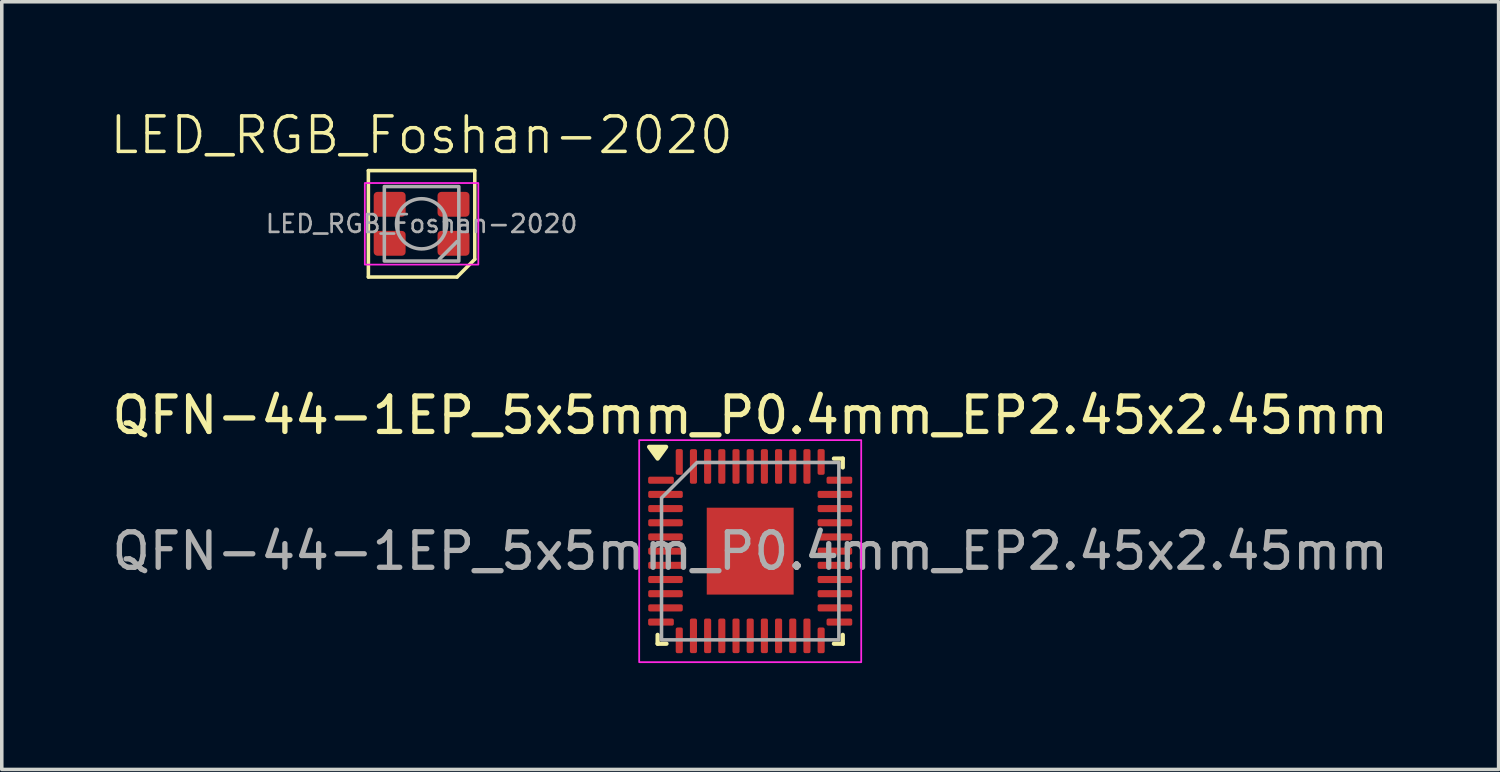
<source format=kicad_pcb>
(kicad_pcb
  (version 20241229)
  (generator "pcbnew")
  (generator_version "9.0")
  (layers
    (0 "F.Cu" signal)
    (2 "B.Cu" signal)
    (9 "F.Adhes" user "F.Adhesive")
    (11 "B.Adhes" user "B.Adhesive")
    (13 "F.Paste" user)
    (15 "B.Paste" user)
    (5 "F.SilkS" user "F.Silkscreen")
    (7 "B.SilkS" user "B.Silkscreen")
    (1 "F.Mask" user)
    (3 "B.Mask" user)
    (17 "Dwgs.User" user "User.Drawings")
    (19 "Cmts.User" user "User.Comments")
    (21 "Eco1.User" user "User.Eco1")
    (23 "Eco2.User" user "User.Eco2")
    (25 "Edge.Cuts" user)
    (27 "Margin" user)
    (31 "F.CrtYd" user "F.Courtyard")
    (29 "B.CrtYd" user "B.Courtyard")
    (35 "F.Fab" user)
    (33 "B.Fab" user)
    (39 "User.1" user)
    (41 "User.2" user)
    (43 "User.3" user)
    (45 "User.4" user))
  (footprint "LED_RGB_Foshan-2020"
    (layer "F.Cu")
    (at 8.836 3.26)
    (property "Reference" "LED_RGB_Foshan-2020" (at 0 -2.5 0) (unlocked yes) (layer "F.SilkS") (effects (font (size 1 1) (thickness 0.1))))
    (attr smd)
    (fp_line (start -1.5 -1.5) (end 1.5 -1.5) (stroke (width 0.1) (type default)) (layer "F.SilkS"))
    (fp_line (start -1.5 1.5) (end -1.5 -1.5) (stroke (width 0.1) (type default)) (layer "F.SilkS"))
    (fp_line (start 1 1.5) (end -1.5 1.5) (stroke (width 0.1) (type default)) (layer "F.SilkS"))
    (fp_line (start 1 1.5) (end 1.5 1) (stroke (width 0.1) (type default)) (layer "F.SilkS"))
    (fp_line (start 1.5 -1.5) (end 1.5 1) (stroke (width 0.1) (type default)) (layer "F.SilkS"))
    (fp_rect (start -1.6 -1.15) (end 1.6 1.15) (stroke (width 0.05) (type solid)) (fill no) (layer "F.CrtYd"))
    (fp_line (start 1 0.5) (end 0.5 1) (stroke (width 0.1) (type solid)) (layer "F.Fab"))
    (fp_rect (start -1.05 -1.05) (end 1.05 1.05) (stroke (width 0.1) (type solid)) (fill no) (layer "F.Fab"))
    (fp_circle (center 0 0) (end 0.5 0.5) (stroke (width 0.1) (type solid)) (fill no) (layer "F.Fab"))
    (fp_text user "${REFERENCE}" (at 0 0 0) (unlocked yes) (layer "F.Fab") (effects (font (size 0.5 0.5) (thickness 0.075))))
    (pad "1" smd roundrect (at 0.9 0.55) (size 0.9 0.7) (layers "F.Cu" "F.Mask" "F.Paste") (roundrect_rratio 0.15))
    (pad "2" smd roundrect (at -0.9 0.55) (size 0.9 0.7) (layers "F.Cu" "F.Mask" "F.Paste") (roundrect_rratio 0.15))
    (pad "3" smd roundrect (at -0.9 -0.55) (size 0.9 0.7) (layers "F.Cu" "F.Mask" "F.Paste") (roundrect_rratio 0.15))
    (pad "4" smd roundrect (at 0.9 -0.55) (size 0.9 0.7) (layers "F.Cu" "F.Mask" "F.Paste") (roundrect_rratio 0.15)))
  (footprint "QFN-44-1EP_5x5mm_P0.4mm_EP2.45x2.45mm"
    (layer "F.Cu")
    (at 18.101 12.489)
    (property "Reference" "QFN-44-1EP_5x5mm_P0.4mm_EP2.45x2.45mm" (at 0 -3.83 0) (layer "F.SilkS") (effects (font (size 1 1) (thickness 0.15))))
    (attr smd)
    (fp_line (start -2.61 2.61) (end -2.61 2.36) (stroke (width 0.12) (type solid)) (layer "F.SilkS"))
    (fp_line (start -2.36 2.61) (end -2.61 2.61) (stroke (width 0.12) (type solid)) (layer "F.SilkS"))
    (fp_line (start 2.36 -2.61) (end 2.61 -2.61) (stroke (width 0.12) (type solid)) (layer "F.SilkS"))
    (fp_line (start 2.36 2.61) (end 2.61 2.61) (stroke (width 0.12) (type solid)) (layer "F.SilkS"))
    (fp_line (start 2.61 -2.61) (end 2.61 -2.36) (stroke (width 0.12) (type solid)) (layer "F.SilkS"))
    (fp_line (start 2.61 2.61) (end 2.61 2.36) (stroke (width 0.12) (type solid)) (layer "F.SilkS"))
    (fp_poly (pts (xy -2.61 -2.61) (xy -2.85 -2.94) (xy -2.37 -2.94)) (stroke (width 0.12) (type solid)) (fill yes) (layer "F.SilkS"))
    (fp_rect (start -3.13 -3.13) (end 3.13 3.13) (stroke (width 0.05) (type solid)) (fill no) (layer "F.CrtYd"))
    (fp_poly (pts (xy -2.5 -1.5) (xy -2.5 2.5) (xy 2.5 2.5) (xy 2.5 -2.5) (xy -1.5 -2.5)) (stroke (width 0.1) (type solid)) (fill no) (layer "F.Fab"))
    (fp_text user "${REFERENCE}" (at 0 0 0) (layer "F.Fab") (effects (font (size 1 1) (thickness 0.15))))
    (pad "" smd roundrect (at -0.82 -0.82) (size 0.66 0.66) (layers "F.Paste") (roundrect_rratio 0.25))
    (pad "" smd roundrect (at -0.82 0) (size 0.66 0.66) (layers "F.Paste") (roundrect_rratio 0.25))
    (pad "" smd roundrect (at -0.82 0.82) (size 0.66 0.66) (layers "F.Paste") (roundrect_rratio 0.25))
    (pad "" smd roundrect (at 0 -0.82) (size 0.66 0.66) (layers "F.Paste") (roundrect_rratio 0.25))
    (pad "" smd roundrect (at 0 0) (size 0.66 0.66) (layers "F.Paste") (roundrect_rratio 0.25))
    (pad "" smd roundrect (at 0 0.82) (size 0.66 0.66) (layers "F.Paste") (roundrect_rratio 0.25))
    (pad "" smd roundrect (at 0.82 -0.82) (size 0.66 0.66) (layers "F.Paste") (roundrect_rratio 0.25))
    (pad "" smd roundrect (at 0.82 0) (size 0.66 0.66) (layers "F.Paste") (roundrect_rratio 0.25))
    (pad "" smd roundrect (at 0.82 0.82) (size 0.66 0.66) (layers "F.Paste") (roundrect_rratio 0.25))
    (pad "1" smd roundrect (at -2.515 -2) (size 0.725 0.2) (layers "F.Cu" "F.Mask" "F.Paste") (roundrect_rratio 0.25))
    (pad "2" smd roundrect (at -2.388 -1.6) (size 0.975 0.2) (layers "F.Cu" "F.Mask" "F.Paste") (roundrect_rratio 0.25))
    (pad "3" smd roundrect (at -2.388 -1.2) (size 0.975 0.2) (layers "F.Cu" "F.Mask" "F.Paste") (roundrect_rratio 0.25))
    (pad "4" smd roundrect (at -2.388 -0.8) (size 0.975 0.2) (layers "F.Cu" "F.Mask" "F.Paste") (roundrect_rratio 0.25))
    (pad "5" smd roundrect (at -2.388 -0.4) (size 0.975 0.2) (layers "F.Cu" "F.Mask" "F.Paste") (roundrect_rratio 0.25))
    (pad "6" smd roundrect (at -2.388 0) (size 0.975 0.2) (layers "F.Cu" "F.Mask" "F.Paste") (roundrect_rratio 0.25))
    (pad "7" smd roundrect (at -2.388 0.4) (size 0.975 0.2) (layers "F.Cu" "F.Mask" "F.Paste") (roundrect_rratio 0.25))
    (pad "8" smd roundrect (at -2.388 0.8) (size 0.975 0.2) (layers "F.Cu" "F.Mask" "F.Paste") (roundrect_rratio 0.25))
    (pad "9" smd roundrect (at -2.388 1.2) (size 0.975 0.2) (layers "F.Cu" "F.Mask" "F.Paste") (roundrect_rratio 0.25))
    (pad "10" smd roundrect (at -2.388 1.6) (size 0.975 0.2) (layers "F.Cu" "F.Mask" "F.Paste") (roundrect_rratio 0.25))
    (pad "11" smd roundrect (at -2.515 2) (size 0.725 0.2) (layers "F.Cu" "F.Mask" "F.Paste") (roundrect_rratio 0.25))
    (pad "12" smd roundrect (at -2 2.515) (size 0.2 0.725) (layers "F.Cu" "F.Mask" "F.Paste") (roundrect_rratio 0.25))
    (pad "13" smd roundrect (at -1.6 2.388) (size 0.2 0.975) (layers "F.Cu" "F.Mask" "F.Paste") (roundrect_rratio 0.25))
    (pad "14" smd roundrect (at -1.2 2.388) (size 0.2 0.975) (layers "F.Cu" "F.Mask" "F.Paste") (roundrect_rratio 0.25))
    (pad "15" smd roundrect (at -0.8 2.388) (size 0.2 0.975) (layers "F.Cu" "F.Mask" "F.Paste") (roundrect_rratio 0.25))
    (pad "16" smd roundrect (at -0.4 2.388) (size 0.2 0.975) (layers "F.Cu" "F.Mask" "F.Paste") (roundrect_rratio 0.25))
    (pad "17" smd roundrect (at 0 2.388) (size 0.2 0.975) (layers "F.Cu" "F.Mask" "F.Paste") (roundrect_rratio 0.25))
    (pad "18" smd roundrect (at 0.4 2.388) (size 0.2 0.975) (layers "F.Cu" "F.Mask" "F.Paste") (roundrect_rratio 0.25))
    (pad "19" smd roundrect (at 0.8 2.388) (size 0.2 0.975) (layers "F.Cu" "F.Mask" "F.Paste") (roundrect_rratio 0.25))
    (pad "20" smd roundrect (at 1.2 2.388) (size 0.2 0.975) (layers "F.Cu" "F.Mask" "F.Paste") (roundrect_rratio 0.25))
    (pad "21" smd roundrect (at 1.6 2.388) (size 0.2 0.975) (layers "F.Cu" "F.Mask" "F.Paste") (roundrect_rratio 0.25))
    (pad "22" smd roundrect (at 2 2.515) (size 0.2 0.725) (layers "F.Cu" "F.Mask" "F.Paste") (roundrect_rratio 0.25))
    (pad "23" smd roundrect (at 2.515 2) (size 0.725 0.2) (layers "F.Cu" "F.Mask" "F.Paste") (roundrect_rratio 0.25))
    (pad "24" smd roundrect (at 2.388 1.6) (size 0.975 0.2) (layers "F.Cu" "F.Mask" "F.Paste") (roundrect_rratio 0.25))
    (pad "25" smd roundrect (at 2.388 1.2) (size 0.975 0.2) (layers "F.Cu" "F.Mask" "F.Paste") (roundrect_rratio 0.25))
    (pad "26" smd roundrect (at 2.388 0.8) (size 0.975 0.2) (layers "F.Cu" "F.Mask" "F.Paste") (roundrect_rratio 0.25))
    (pad "27" smd roundrect (at 2.388 0.4) (size 0.975 0.2) (layers "F.Cu" "F.Mask" "F.Paste") (roundrect_rratio 0.25))
    (pad "28" smd roundrect (at 2.388 0) (size 0.975 0.2) (layers "F.Cu" "F.Mask" "F.Paste") (roundrect_rratio 0.25))
    (pad "29" smd roundrect (at 2.388 -0.4) (size 0.975 0.2) (layers "F.Cu" "F.Mask" "F.Paste") (roundrect_rratio 0.25))
    (pad "30" smd roundrect (at 2.388 -0.8) (size 0.975 0.2) (layers "F.Cu" "F.Mask" "F.Paste") (roundrect_rratio 0.25))
    (pad "31" smd roundrect (at 2.388 -1.2) (size 0.975 0.2) (layers "F.Cu" "F.Mask" "F.Paste") (roundrect_rratio 0.25))
    (pad "32" smd roundrect (at 2.388 -1.6) (size 0.975 0.2) (layers "F.Cu" "F.Mask" "F.Paste") (roundrect_rratio 0.25))
    (pad "33" smd roundrect (at 2.515 -2) (size 0.725 0.2) (layers "F.Cu" "F.Mask" "F.Paste") (roundrect_rratio 0.25))
    (pad "34" smd roundrect (at 2 -2.515) (size 0.2 0.725) (layers "F.Cu" "F.Mask" "F.Paste") (roundrect_rratio 0.25))
    (pad "35" smd roundrect (at 1.6 -2.388) (size 0.2 0.975) (layers "F.Cu" "F.Mask" "F.Paste") (roundrect_rratio 0.25))
    (pad "36" smd roundrect (at 1.2 -2.388) (size 0.2 0.975) (layers "F.Cu" "F.Mask" "F.Paste") (roundrect_rratio 0.25))
    (pad "37" smd roundrect (at 0.8 -2.388) (size 0.2 0.975) (layers "F.Cu" "F.Mask" "F.Paste") (roundrect_rratio 0.25))
    (pad "38" smd roundrect (at 0.4 -2.388) (size 0.2 0.975) (layers "F.Cu" "F.Mask" "F.Paste") (roundrect_rratio 0.25))
    (pad "39" smd roundrect (at 0 -2.388) (size 0.2 0.975) (layers "F.Cu" "F.Mask" "F.Paste") (roundrect_rratio 0.25))
    (pad "40" smd roundrect (at -0.4 -2.388) (size 0.2 0.975) (layers "F.Cu" "F.Mask" "F.Paste") (roundrect_rratio 0.25))
    (pad "41" smd roundrect (at -0.8 -2.388) (size 0.2 0.975) (layers "F.Cu" "F.Mask" "F.Paste") (roundrect_rratio 0.25))
    (pad "42" smd roundrect (at -1.2 -2.388) (size 0.2 0.975) (layers "F.Cu" "F.Mask" "F.Paste") (roundrect_rratio 0.25))
    (pad "43" smd roundrect (at -1.6 -2.388) (size 0.2 0.975) (layers "F.Cu" "F.Mask" "F.Paste") (roundrect_rratio 0.25))
    (pad "44" smd roundrect (at -2 -2.515) (size 0.2 0.725) (layers "F.Cu" "F.Mask" "F.Paste") (roundrect_rratio 0.25))
    (pad "45" smd rect (at 0 0) (size 2.45 2.45) (property pad_prop_heatsink) (layers "F.Cu" "F.Mask")))
  (gr_rect
    (start -3 -3)
    (end 39.202 18.644)
    (stroke (width 0.1) (type default))
    (fill no)
    (layer "Edge.Cuts")))
</source>
